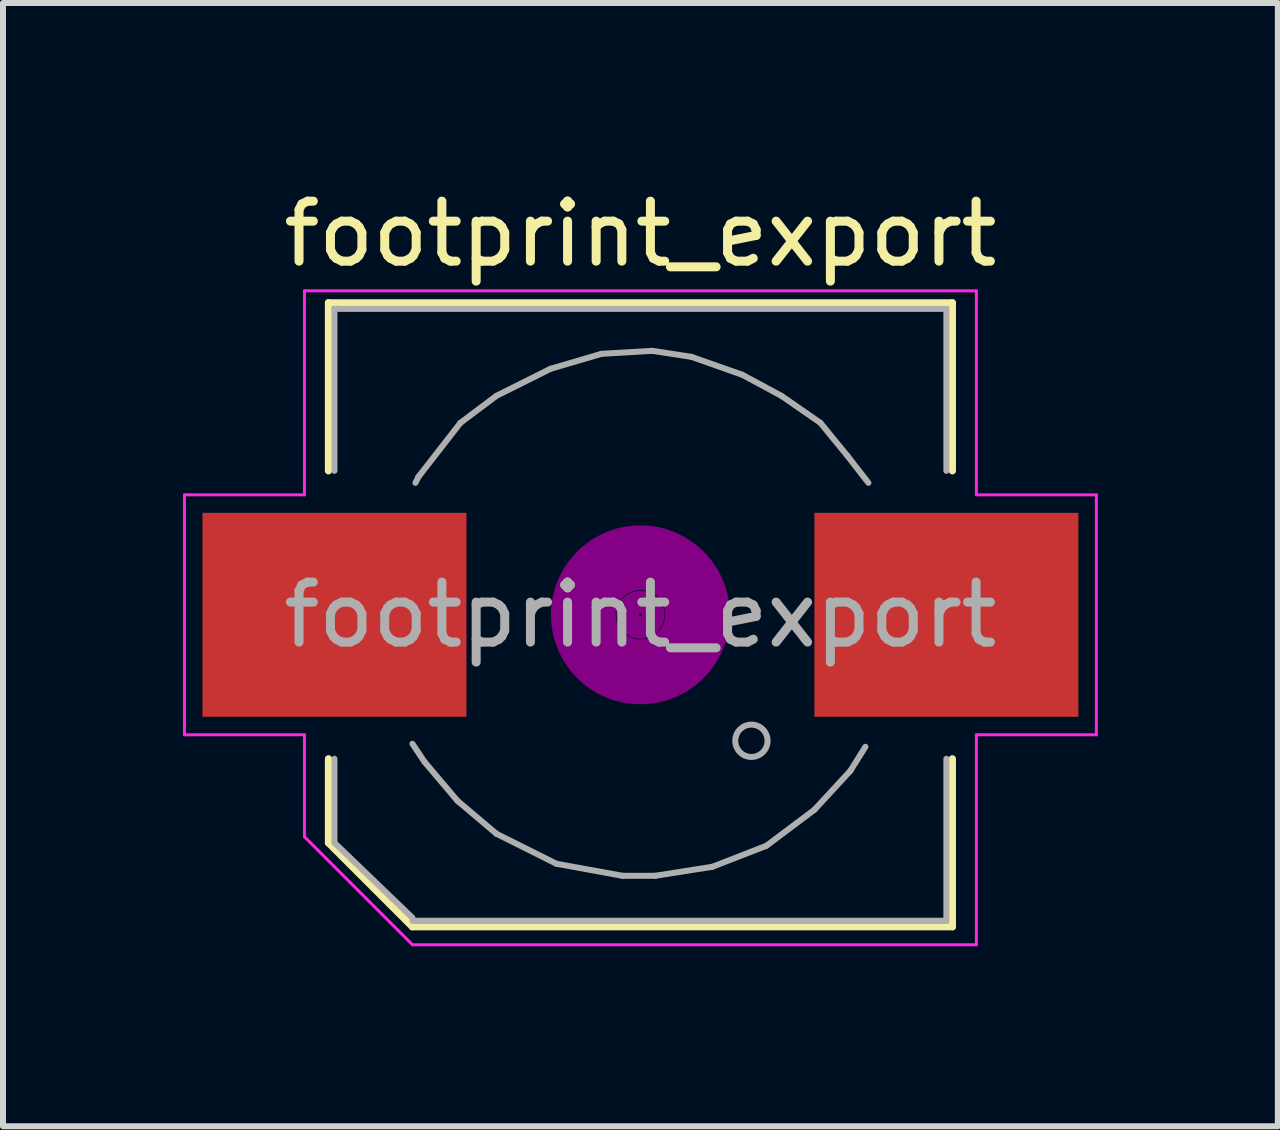
<source format=kicad_pcb>
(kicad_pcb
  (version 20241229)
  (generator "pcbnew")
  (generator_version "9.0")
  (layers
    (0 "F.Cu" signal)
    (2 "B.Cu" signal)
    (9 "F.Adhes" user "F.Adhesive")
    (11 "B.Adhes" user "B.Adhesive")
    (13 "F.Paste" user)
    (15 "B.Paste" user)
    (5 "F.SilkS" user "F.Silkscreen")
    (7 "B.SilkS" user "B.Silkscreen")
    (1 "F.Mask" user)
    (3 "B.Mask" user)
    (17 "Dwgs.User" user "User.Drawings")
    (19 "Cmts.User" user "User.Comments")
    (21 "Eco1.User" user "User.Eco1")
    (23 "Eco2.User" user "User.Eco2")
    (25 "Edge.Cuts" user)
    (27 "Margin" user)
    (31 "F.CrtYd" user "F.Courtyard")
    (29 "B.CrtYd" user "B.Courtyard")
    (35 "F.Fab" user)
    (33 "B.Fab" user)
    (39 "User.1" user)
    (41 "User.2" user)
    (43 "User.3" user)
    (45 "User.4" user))
  (footprint "footprint_export"
    (layer "F.Cu")
    (at 7.625 7.198)
    (property "Reference" "footprint_export" (at 0 -6.35 0) (layer "F.SilkS") (effects (font (size 1 1) (thickness 0.15))))
    (attr smd)
    (fp_line (start -5.2 -5.2) (end 5.2 -5.2) (stroke (width 0.12) (type solid)) (layer "F.SilkS"))
    (fp_line (start -5.2 -2.4) (end -5.2 -5.2) (stroke (width 0.12) (type solid)) (layer "F.SilkS"))
    (fp_line (start -5.2 3.8) (end -5.2 2.4) (stroke (width 0.12) (type solid)) (layer "F.SilkS"))
    (fp_line (start -3.8 5.2) (end -5.2 3.8) (stroke (width 0.12) (type solid)) (layer "F.SilkS"))
    (fp_line (start 5.2 -5.2) (end 5.2 -2.4) (stroke (width 0.12) (type solid)) (layer "F.SilkS"))
    (fp_line (start 5.2 2.4) (end 5.2 5.2) (stroke (width 0.12) (type solid)) (layer "F.SilkS"))
    (fp_line (start 5.2 5.2) (end -3.8 5.2) (stroke (width 0.12) (type solid)) (layer "F.SilkS"))
    (fp_circle (center 0 0) (end 0.15 0.15) (stroke (width 0.38) (type solid)) (fill no) (layer "F.Adhes"))
    (fp_circle (center 0 0) (end 0.6 0.05) (stroke (width 0.38) (type solid)) (fill no) (layer "F.Adhes"))
    (fp_circle (center 0 0) (end 0.95 0) (stroke (width 0.38) (type solid)) (fill no) (layer "F.Adhes"))
    (fp_circle (center 0 0) (end 1.3 0.05) (stroke (width 0.38) (type solid)) (fill no) (layer "F.Adhes"))
    (fp_line (start -7.6 -2) (end -5.6 -2) (stroke (width 0.05) (type solid)) (layer "F.CrtYd"))
    (fp_line (start -7.6 2) (end -7.6 -2) (stroke (width 0.05) (type solid)) (layer "F.CrtYd"))
    (fp_line (start -5.6 -5.4) (end 5.6 -5.4) (stroke (width 0.05) (type solid)) (layer "F.CrtYd"))
    (fp_line (start -5.6 -2) (end -5.6 -5.4) (stroke (width 0.05) (type solid)) (layer "F.CrtYd"))
    (fp_line (start -5.6 2) (end -7.6 2) (stroke (width 0.05) (type solid)) (layer "F.CrtYd"))
    (fp_line (start -5.6 3.7) (end -5.6 2) (stroke (width 0.05) (type solid)) (layer "F.CrtYd"))
    (fp_line (start -3.8 5.5) (end -5.6 3.7) (stroke (width 0.05) (type solid)) (layer "F.CrtYd"))
    (fp_line (start 5.6 -5.4) (end 5.6 -2) (stroke (width 0.05) (type solid)) (layer "F.CrtYd"))
    (fp_line (start 5.6 -2) (end 7.6 -2) (stroke (width 0.05) (type solid)) (layer "F.CrtYd"))
    (fp_line (start 5.6 2) (end 5.6 5.5) (stroke (width 0.05) (type solid)) (layer "F.CrtYd"))
    (fp_line (start 5.6 5.5) (end -3.8 5.5) (stroke (width 0.05) (type solid)) (layer "F.CrtYd"))
    (fp_line (start 7.6 -2) (end 7.6 2) (stroke (width 0.05) (type solid)) (layer "F.CrtYd"))
    (fp_line (start 7.6 2) (end 5.6 2) (stroke (width 0.05) (type solid)) (layer "F.CrtYd"))
    (fp_line (start -5.1 -5.1) (end -5.1 -2.4) (stroke (width 0.1) (type solid)) (layer "F.Fab"))
    (fp_line (start -5.1 2.4) (end -5.1 3.8) (stroke (width 0.1) (type solid)) (layer "F.Fab"))
    (fp_line (start -5.1 3.8) (end -3.8 5.05) (stroke (width 0.1) (type solid)) (layer "F.Fab"))
    (fp_line (start -3.8 2.15) (end -3.6 2.45) (stroke (width 0.1) (type solid)) (layer "F.Fab"))
    (fp_line (start -3.7 -2.3) (end -3.75 -2.2) (stroke (width 0.1) (type solid)) (layer "F.Fab"))
    (fp_line (start -3.6 2.45) (end -3.05 3.1) (stroke (width 0.1) (type solid)) (layer "F.Fab"))
    (fp_line (start -3.05 3.1) (end -2.4 3.65) (stroke (width 0.1) (type solid)) (layer "F.Fab"))
    (fp_line (start -3 -3.2) (end -3.7 -2.3) (stroke (width 0.1) (type solid)) (layer "F.Fab"))
    (fp_line (start -2.4 -3.65) (end -3 -3.2) (stroke (width 0.1) (type solid)) (layer "F.Fab"))
    (fp_line (start -2.4 3.65) (end -1.4 4.15) (stroke (width 0.1) (type solid)) (layer "F.Fab"))
    (fp_line (start -1.5 -4.1) (end -2.4 -3.65) (stroke (width 0.1) (type solid)) (layer "F.Fab"))
    (fp_line (start -1.4 4.15) (end -0.3 4.35) (stroke (width 0.1) (type solid)) (layer "F.Fab"))
    (fp_line (start -0.65 -4.35) (end -1.5 -4.1) (stroke (width 0.1) (type solid)) (layer "F.Fab"))
    (fp_line (start -0.3 4.35) (end 0.25 4.35) (stroke (width 0.1) (type solid)) (layer "F.Fab"))
    (fp_line (start 0.2 -4.4) (end -0.65 -4.35) (stroke (width 0.1) (type solid)) (layer "F.Fab"))
    (fp_line (start 0.25 4.35) (end 1.2 4.2) (stroke (width 0.1) (type solid)) (layer "F.Fab"))
    (fp_line (start 0.85 -4.3) (end 0.2 -4.4) (stroke (width 0.1) (type solid)) (layer "F.Fab"))
    (fp_line (start 1.2 4.2) (end 2.1 3.85) (stroke (width 0.1) (type solid)) (layer "F.Fab"))
    (fp_line (start 1.7 -4) (end 0.85 -4.3) (stroke (width 0.1) (type solid)) (layer "F.Fab"))
    (fp_line (start 2.1 3.85) (end 2.9 3.25) (stroke (width 0.1) (type solid)) (layer "F.Fab"))
    (fp_line (start 2.35 -3.65) (end 1.7 -4) (stroke (width 0.1) (type solid)) (layer "F.Fab"))
    (fp_line (start 2.9 3.25) (end 3.5 2.6) (stroke (width 0.1) (type solid)) (layer "F.Fab"))
    (fp_line (start 3 -3.2) (end 2.35 -3.65) (stroke (width 0.1) (type solid)) (layer "F.Fab"))
    (fp_line (start 3.45 -2.65) (end 3 -3.2) (stroke (width 0.1) (type solid)) (layer "F.Fab"))
    (fp_line (start 3.5 2.6) (end 3.75 2.2) (stroke (width 0.1) (type solid)) (layer "F.Fab"))
    (fp_line (start 3.8 -2.2) (end 3.45 -2.65) (stroke (width 0.1) (type solid)) (layer "F.Fab"))
    (fp_line (start 5.1 -5.1) (end -5.1 -5.1) (stroke (width 0.1) (type solid)) (layer "F.Fab"))
    (fp_line (start 5.1 -5.1) (end 5.1 -2.4) (stroke (width 0.1) (type solid)) (layer "F.Fab"))
    (fp_line (start 5.1 5.1) (end -3.8 5.1) (stroke (width 0.1) (type solid)) (layer "F.Fab"))
    (fp_line (start 5.1 5.1) (end 5.1 2.4) (stroke (width 0.1) (type solid)) (layer "F.Fab"))
    (fp_circle (center 1.85 2.1) (end 2.1 2.2) (stroke (width 0.1) (type solid)) (fill no) (layer "F.Fab"))
    (fp_text user "${REFERENCE}" (at 0 0 0) (layer "F.Fab") (effects (font (size 1 1) (thickness 0.15))))
    (pad "1" smd rect (at -5.1 0) (size 4.4 3.4) (layers "F.Cu" "F.Mask" "F.Paste"))
    (pad "2" smd rect (at 5.1 0) (size 4.4 3.4) (layers "F.Cu" "F.Mask" "F.Paste")))
  (gr_rect
    (start -3 -3)
    (end 18.25 15.723)
    (stroke (width 0.1) (type default))
    (fill no)
    (layer "Edge.Cuts")))
</source>
